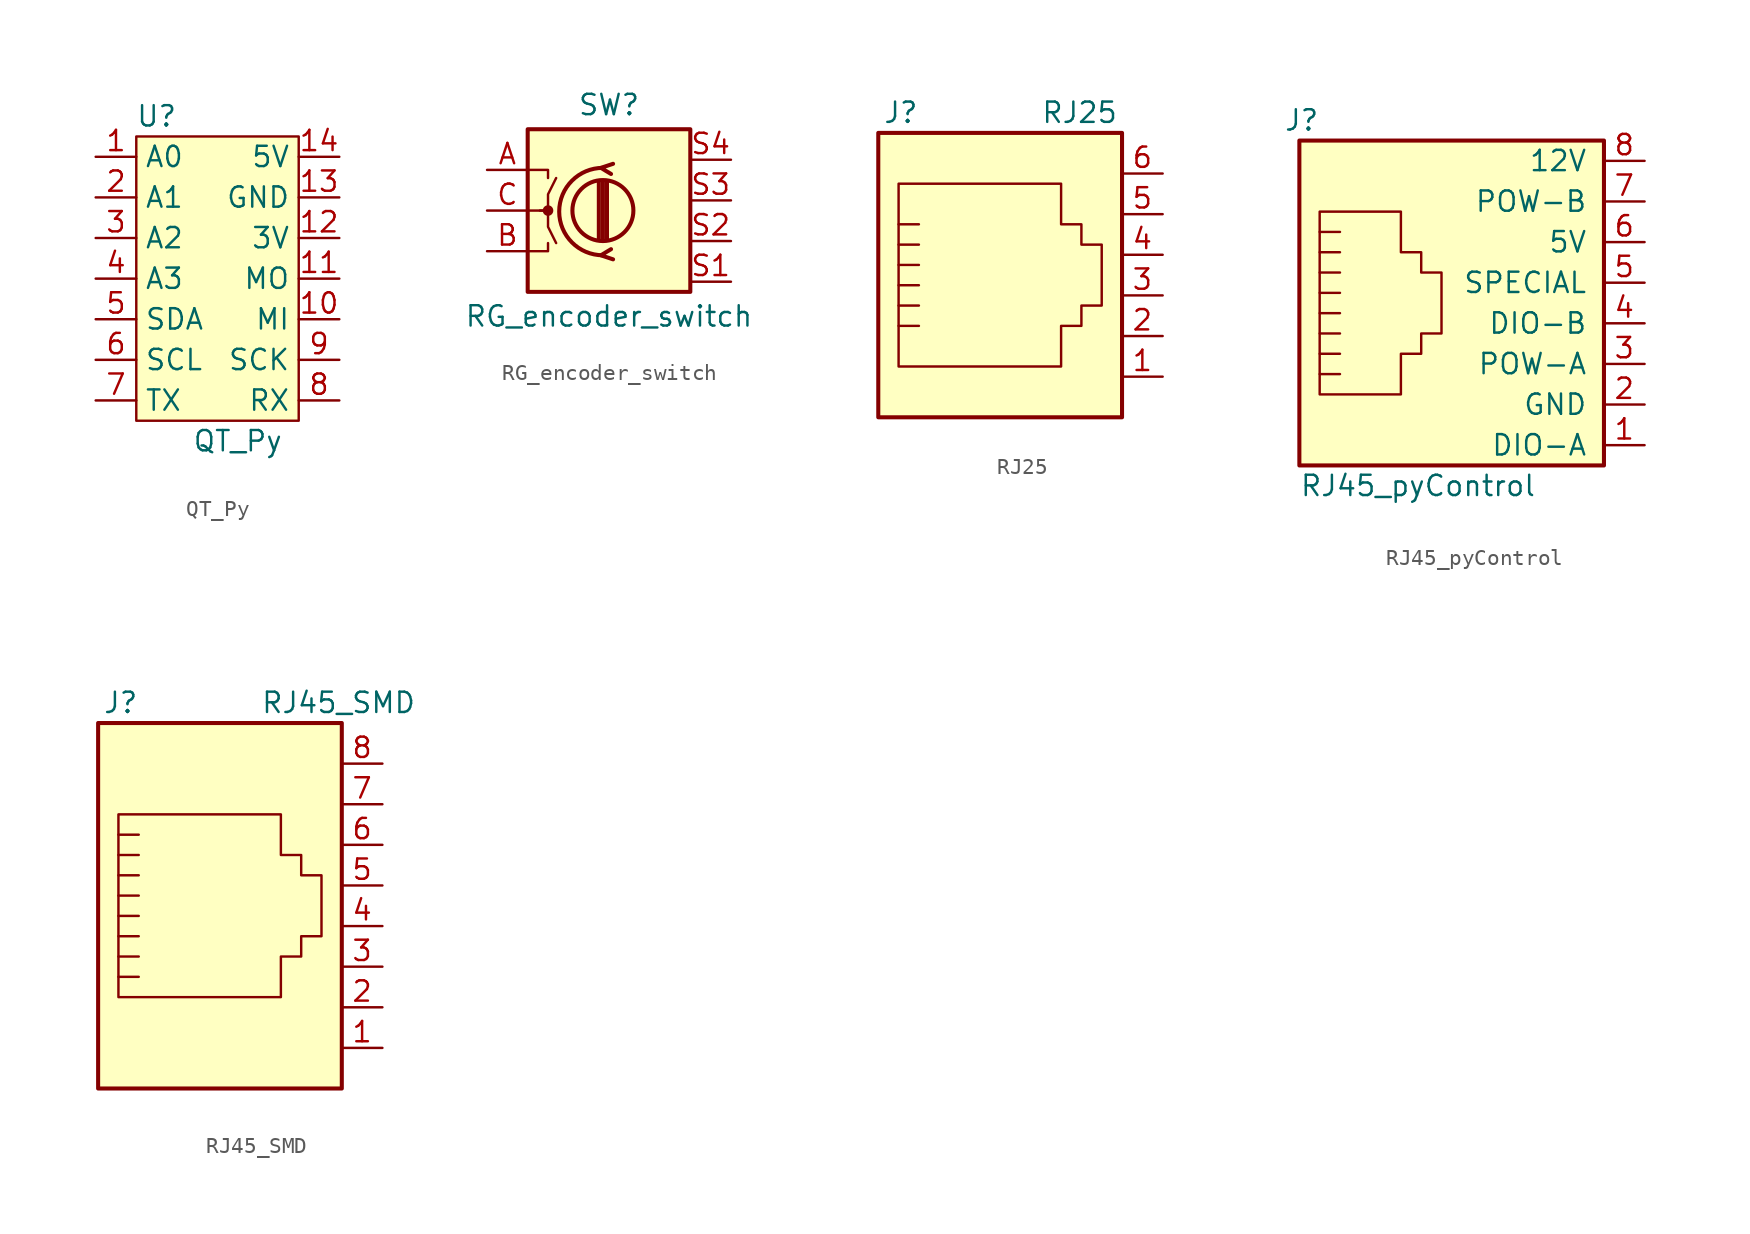
<source format=kicad_sym>
(kicad_symbol_lib
  (version 20220914)
  (generator kicad_symbol_editor)
  (symbol "QT_Py"
    (property "Reference" "U"
      (at -3.81 10.16 0)
      (effects (font (size 1.27 1.27))))
    (property "Value" "QT_Py"
      (at 1.27 -10.16 0)
      (effects (font (size 1.27 1.27))))
    (symbol "QT_Py_0_1"
      (rectangle (start -5.08 8.89) (end 5.08 -8.89) (stroke (width 0.152) (type default)) (fill (type background))))
    (symbol "QT_Py_1_1"
      (pin input line (at -7.62 7.62 0) (length 2.54) (name "A0" (effects (font (size 1.27 1.27)))) (number "1" (effects (font (size 1.27 1.27)))))
      (pin input line (at 7.62 -2.54 180) (length 2.54) (name "MI" (effects (font (size 1.27 1.27)))) (number "10" (effects (font (size 1.27 1.27)))))
      (pin input line (at 7.62 0 180) (length 2.54) (name "MO" (effects (font (size 1.27 1.27)))) (number "11" (effects (font (size 1.27 1.27)))))
      (pin input line (at 7.62 2.54 180) (length 2.54) (name "3V" (effects (font (size 1.27 1.27)))) (number "12" (effects (font (size 1.27 1.27)))))
      (pin input line (at 7.62 5.08 180) (length 2.54) (name "GND" (effects (font (size 1.27 1.27)))) (number "13" (effects (font (size 1.27 1.27)))))
      (pin input line (at 7.62 7.62 180) (length 2.54) (name "5V" (effects (font (size 1.27 1.27)))) (number "14" (effects (font (size 1.27 1.27)))))
      (pin input line (at -7.62 5.08 0) (length 2.54) (name "A1" (effects (font (size 1.27 1.27)))) (number "2" (effects (font (size 1.27 1.27)))))
      (pin input line (at -7.62 2.54 0) (length 2.54) (name "A2" (effects (font (size 1.27 1.27)))) (number "3" (effects (font (size 1.27 1.27)))))
      (pin input line (at -7.62 0 0) (length 2.54) (name "A3" (effects (font (size 1.27 1.27)))) (number "4" (effects (font (size 1.27 1.27)))))
      (pin input line (at -7.62 -2.54 0) (length 2.54) (name "SDA" (effects (font (size 1.27 1.27)))) (number "5" (effects (font (size 1.27 1.27)))))
      (pin input line (at -7.62 -5.08 0) (length 2.54) (name "SCL" (effects (font (size 1.27 1.27)))) (number "6" (effects (font (size 1.27 1.27)))))
      (pin input line (at -7.62 -7.62 0) (length 2.54) (name "TX" (effects (font (size 1.27 1.27)))) (number "7" (effects (font (size 1.27 1.27)))))
      (pin input line (at 7.62 -7.62 180) (length 2.54) (name "RX" (effects (font (size 1.27 1.27)))) (number "8" (effects (font (size 1.27 1.27)))))
      (pin input line (at 7.62 -5.08 180) (length 2.54) (name "SCK" (effects (font (size 1.27 1.27)))) (number "9" (effects (font (size 1.27 1.27)))))))
  (symbol "RG_encoder_switch"
    (pin_names
      (offset 0.254) hide)
    (property "Reference" "SW"
      (at 0 6.604 0)
      (effects (font (size 1.27 1.27))))
    (property "Value" "RG_encoder_switch"
      (at 0 -6.604 0)
      (effects (font (size 1.27 1.27))))
    (symbol "RG_encoder_switch_0_1"
      (rectangle (start -5.08 5.08) (end 5.08 -5.08) (stroke (width 0.254) (type default)) (fill (type background)))
      (circle (center -3.81 0) (radius 0.254) (stroke (width 0) (type default)) (fill (type outline)))
      (circle (center -0.381 0) (radius 1.905) (stroke (width 0.254) (type default)) (fill (type none)))
      (arc (start -0.381 2.667) (mid -3.0988 -0.0635) (end -0.381 -2.794) (stroke (width 0.254) (type default)) (fill (type none)))
      (polyline (pts (xy -0.635 -1.778) (xy -0.635 1.778)) (stroke (width 0.254) (type default)) (fill (type none)))
      (polyline (pts (xy -0.381 -1.778) (xy -0.381 1.778)) (stroke (width 0.254) (type default)) (fill (type none)))
      (polyline (pts (xy -0.127 1.778) (xy -0.127 -1.778)) (stroke (width 0.254) (type default)) (fill (type none)))
      (polyline (pts (xy -5.08 -2.54) (xy -3.81 -2.54) (xy -3.81 -2.032)) (stroke (width 0) (type default)) (fill (type none)))
      (polyline (pts (xy -5.08 2.54) (xy -3.81 2.54) (xy -3.81 2.032)) (stroke (width 0) (type default)) (fill (type none)))
      (polyline (pts (xy 0.254 -3.048) (xy -0.508 -2.794) (xy 0.127 -2.413)) (stroke (width 0.254) (type default)) (fill (type none)))
      (polyline (pts (xy 0.254 2.921) (xy -0.508 2.667) (xy 0.127 2.286)) (stroke (width 0.254) (type default)) (fill (type none)))
      (polyline (pts (xy -5.08 0) (xy -3.81 0) (xy -3.81 -1.016) (xy -3.302 -2.032)) (stroke (width 0) (type default)) (fill (type none)))
      (polyline (pts (xy -4.318 0) (xy -3.81 0) (xy -3.81 1.016) (xy -3.302 2.032)) (stroke (width 0) (type default)) (fill (type none))))
    (symbol "RG_encoder_switch_1_1"
      (pin passive line (at -7.62 2.54 0) (length 2.54) (name "A" (effects (font (size 1.27 1.27)))) (number "A" (effects (font (size 1.27 1.27)))))
      (pin passive line (at -7.62 -2.54 0) (length 2.54) (name "B" (effects (font (size 1.27 1.27)))) (number "B" (effects (font (size 1.27 1.27)))))
      (pin passive line (at -7.62 0 0) (length 2.54) (name "C" (effects (font (size 1.27 1.27)))) (number "C" (effects (font (size 1.27 1.27)))))
      (pin passive line (at 7.62 -4.445 180) (length 2.54) (name "S1" (effects (font (size 1.27 1.27)))) (number "S1" (effects (font (size 1.27 1.27)))))
      (pin passive line (at 7.62 -1.905 180) (length 2.54) (name "S2" (effects (font (size 1.27 1.27)))) (number "S2" (effects (font (size 1.27 1.27)))))
      (pin input line (at 7.62 0.635 180) (length 2.54) (name "S3" (effects (font (size 1.27 1.27)))) (number "S3" (effects (font (size 1.27 1.27)))))
      (pin input line (at 7.62 3.175 180) (length 2.54) (name "S4" (effects (font (size 1.27 1.27)))) (number "S4" (effects (font (size 1.27 1.27)))))))
  (symbol "RJ25"
    (pin_names
      (offset 1.016))
    (property "Reference" "J"
      (at -5.08 11.43 0)
      (effects (font (size 1.27 1.27)) (justify right)))
    (property "Value" "RJ25"
      (at 2.54 11.43 0)
      (effects (font (size 1.27 1.27)) (justify left)))
    (symbol "RJ25_0_1"
      (polyline (pts (xy -6.35 -1.905) (xy -5.08 -1.905) (xy -5.08 -1.905)) (stroke (width 0) (type default)) (fill (type none)))
      (polyline (pts (xy -6.35 -0.635) (xy -5.08 -0.635) (xy -5.08 -0.635)) (stroke (width 0) (type default)) (fill (type none)))
      (polyline (pts (xy -6.35 0.635) (xy -5.08 0.635) (xy -5.08 0.635)) (stroke (width 0) (type default)) (fill (type none)))
      (polyline (pts (xy -6.35 1.905) (xy -5.08 1.905) (xy -5.08 1.905)) (stroke (width 0) (type default)) (fill (type none)))
      (polyline (pts (xy -6.35 3.175) (xy -5.08 3.175) (xy -5.08 3.175)) (stroke (width 0) (type default)) (fill (type none)))
      (polyline (pts (xy -5.08 4.445) (xy -6.35 4.445) (xy -6.35 4.445)) (stroke (width 0) (type default)) (fill (type none)))
      (polyline (pts (xy -6.35 -4.445) (xy -6.35 6.985) (xy 3.81 6.985) (xy 3.81 4.445) (xy 5.08 4.445) (xy 5.08 3.175) (xy 6.35 3.175) (xy 6.35 -0.635) (xy 5.08 -0.635) (xy 5.08 -1.905) (xy 3.81 -1.905) (xy 3.81 -4.445) (xy -6.35 -4.445) (xy -6.35 -4.445)) (stroke (width 0) (type default)) (fill (type none)))
      (rectangle (start 7.62 10.16) (end -7.62 -7.62) (stroke (width 0.254) (type default)) (fill (type background))))
    (symbol "RJ25_1_1"
      (pin passive line (at 10.16 -5.08 180) (length 2.54) (name "~" (effects (font (size 1.27 1.27)))) (number "1" (effects (font (size 1.27 1.27)))))
      (pin passive line (at 10.16 -2.54 180) (length 2.54) (name "~" (effects (font (size 1.27 1.27)))) (number "2" (effects (font (size 1.27 1.27)))))
      (pin passive line (at 10.16 0 180) (length 2.54) (name "~" (effects (font (size 1.27 1.27)))) (number "3" (effects (font (size 1.27 1.27)))))
      (pin passive line (at 10.16 2.54 180) (length 2.54) (name "~" (effects (font (size 1.27 1.27)))) (number "4" (effects (font (size 1.27 1.27)))))
      (pin passive line (at 10.16 5.08 180) (length 2.54) (name "~" (effects (font (size 1.27 1.27)))) (number "5" (effects (font (size 1.27 1.27)))))
      (pin passive line (at 10.16 7.62 180) (length 2.54) (name "~" (effects (font (size 1.27 1.27)))) (number "6" (effects (font (size 1.27 1.27)))))))
  (symbol "RJ45_pyControl"
    (pin_names
      (offset 1.016))
    (property "Reference" "J"
      (at -8.89 11.43 0)
      (effects (font (size 1.27 1.27)) (justify right)))
    (property "Value" "RJ45_pyControl"
      (at -10.16 -11.43 0)
      (effects (font (size 1.27 1.27)) (justify left)))
    (symbol "RJ45_pyControl_0_1"
      (polyline (pts (xy -7.62 3.175) (xy -8.89 3.175)) (stroke (width 0) (type default)) (fill (type none)))
      (polyline (pts (xy -7.62 4.445) (xy -8.89 4.445)) (stroke (width 0) (type default)) (fill (type none)))
      (polyline (pts (xy -8.89 -4.445) (xy -7.62 -4.445) (xy -7.62 -4.445)) (stroke (width 0) (type default)) (fill (type none)))
      (polyline (pts (xy -8.89 -3.175) (xy -7.62 -3.175) (xy -7.62 -3.175)) (stroke (width 0) (type default)) (fill (type none)))
      (polyline (pts (xy -8.89 -1.905) (xy -7.62 -1.905) (xy -7.62 -1.905)) (stroke (width 0) (type default)) (fill (type none)))
      (polyline (pts (xy -8.89 -0.635) (xy -7.62 -0.635) (xy -7.62 -0.635)) (stroke (width 0) (type default)) (fill (type none)))
      (polyline (pts (xy -8.89 0.635) (xy -7.62 0.635) (xy -7.62 0.635)) (stroke (width 0) (type default)) (fill (type none)))
      (polyline (pts (xy -7.62 1.905) (xy -8.89 1.905) (xy -8.89 1.905)) (stroke (width 0) (type default)) (fill (type none)))
      (polyline (pts (xy -8.89 -5.715) (xy -8.89 5.715) (xy -3.81 5.715) (xy -3.81 3.175) (xy -2.54 3.175) (xy -2.54 1.905) (xy -1.27 1.905) (xy -1.27 -1.905) (xy -2.54 -1.905) (xy -2.54 -3.175) (xy -3.81 -3.175) (xy -3.81 -5.715) (xy -8.89 -5.715)) (stroke (width 0) (type default)) (fill (type none)))
      (rectangle (start 8.89 10.16) (end -10.16 -10.16) (stroke (width 0.254) (type default)) (fill (type background))))
    (symbol "RJ45_pyControl_1_1"
      (pin passive line (at 11.43 -8.89 180) (length 2.54) (name "DIO-A" (effects (font (size 1.27 1.27)))) (number "1" (effects (font (size 1.27 1.27)))))
      (pin passive line (at 11.43 -6.35 180) (length 2.54) (name "GND" (effects (font (size 1.27 1.27)))) (number "2" (effects (font (size 1.27 1.27)))))
      (pin passive line (at 11.43 -3.81 180) (length 2.54) (name "POW-A" (effects (font (size 1.27 1.27)))) (number "3" (effects (font (size 1.27 1.27)))))
      (pin passive line (at 11.43 -1.27 180) (length 2.54) (name "DIO-B" (effects (font (size 1.27 1.27)))) (number "4" (effects (font (size 1.27 1.27)))))
      (pin passive line (at 11.43 1.27 180) (length 2.54) (name "SPECIAL" (effects (font (size 1.27 1.27)))) (number "5" (effects (font (size 1.27 1.27)))))
      (pin passive line (at 11.43 3.81 180) (length 2.54) (name "5V" (effects (font (size 1.27 1.27)))) (number "6" (effects (font (size 1.27 1.27)))))
      (pin passive line (at 11.43 6.35 180) (length 2.54) (name "POW-B" (effects (font (size 1.27 1.27)))) (number "7" (effects (font (size 1.27 1.27)))))
      (pin passive line (at 11.43 8.89 180) (length 2.54) (name "12V" (effects (font (size 1.27 1.27)))) (number "8" (effects (font (size 1.27 1.27)))))))
  (symbol "RJ45_SMD"
    (pin_names
      (offset 1.016))
    (property "Reference" "J"
      (at -5.08 13.97 0)
      (effects (font (size 1.27 1.27)) (justify right)))
    (property "Value" "RJ45_SMD"
      (at 2.54 13.97 0)
      (effects (font (size 1.27 1.27)) (justify left)))
    (symbol "RJ45_SMD_0_1"
      (polyline (pts (xy -5.08 4.445) (xy -6.35 4.445)) (stroke (width 0) (type default)) (fill (type none)))
      (polyline (pts (xy -5.08 5.715) (xy -6.35 5.715)) (stroke (width 0) (type default)) (fill (type none)))
      (polyline (pts (xy -6.35 -3.175) (xy -5.08 -3.175) (xy -5.08 -3.175)) (stroke (width 0) (type default)) (fill (type none)))
      (polyline (pts (xy -6.35 -1.905) (xy -5.08 -1.905) (xy -5.08 -1.905)) (stroke (width 0) (type default)) (fill (type none)))
      (polyline (pts (xy -6.35 -0.635) (xy -5.08 -0.635) (xy -5.08 -0.635)) (stroke (width 0) (type default)) (fill (type none)))
      (polyline (pts (xy -6.35 0.635) (xy -5.08 0.635) (xy -5.08 0.635)) (stroke (width 0) (type default)) (fill (type none)))
      (polyline (pts (xy -6.35 1.905) (xy -5.08 1.905) (xy -5.08 1.905)) (stroke (width 0) (type default)) (fill (type none)))
      (polyline (pts (xy -5.08 3.175) (xy -6.35 3.175) (xy -6.35 3.175)) (stroke (width 0) (type default)) (fill (type none)))
      (polyline (pts (xy -6.35 -4.445) (xy -6.35 6.985) (xy 3.81 6.985) (xy 3.81 4.445) (xy 5.08 4.445) (xy 5.08 3.175) (xy 6.35 3.175) (xy 6.35 -0.635) (xy 5.08 -0.635) (xy 5.08 -1.905) (xy 3.81 -1.905) (xy 3.81 -4.445) (xy -6.35 -4.445) (xy -6.35 -4.445)) (stroke (width 0) (type default)) (fill (type none)))
      (rectangle (start 7.62 12.7) (end -7.62 -10.16) (stroke (width 0.254) (type default)) (fill (type background))))
    (symbol "RJ45_SMD_1_1"
      (pin passive line (at 10.16 -7.62 180) (length 2.54) (name "~" (effects (font (size 1.27 1.27)))) (number "1" (effects (font (size 1.27 1.27)))))
      (pin passive line (at 10.16 -5.08 180) (length 2.54) (name "~" (effects (font (size 1.27 1.27)))) (number "2" (effects (font (size 1.27 1.27)))))
      (pin passive line (at 10.16 -2.54 180) (length 2.54) (name "~" (effects (font (size 1.27 1.27)))) (number "3" (effects (font (size 1.27 1.27)))))
      (pin passive line (at 10.16 0 180) (length 2.54) (name "~" (effects (font (size 1.27 1.27)))) (number "4" (effects (font (size 1.27 1.27)))))
      (pin passive line (at 10.16 2.54 180) (length 2.54) (name "~" (effects (font (size 1.27 1.27)))) (number "5" (effects (font (size 1.27 1.27)))))
      (pin passive line (at 10.16 5.08 180) (length 2.54) (name "~" (effects (font (size 1.27 1.27)))) (number "6" (effects (font (size 1.27 1.27)))))
      (pin passive line (at 10.16 7.62 180) (length 2.54) (name "~" (effects (font (size 1.27 1.27)))) (number "7" (effects (font (size 1.27 1.27)))))
      (pin passive line (at 10.16 10.16 180) (length 2.54) (name "~" (effects (font (size 1.27 1.27)))) (number "8" (effects (font (size 1.27 1.27))))))))
</source>
